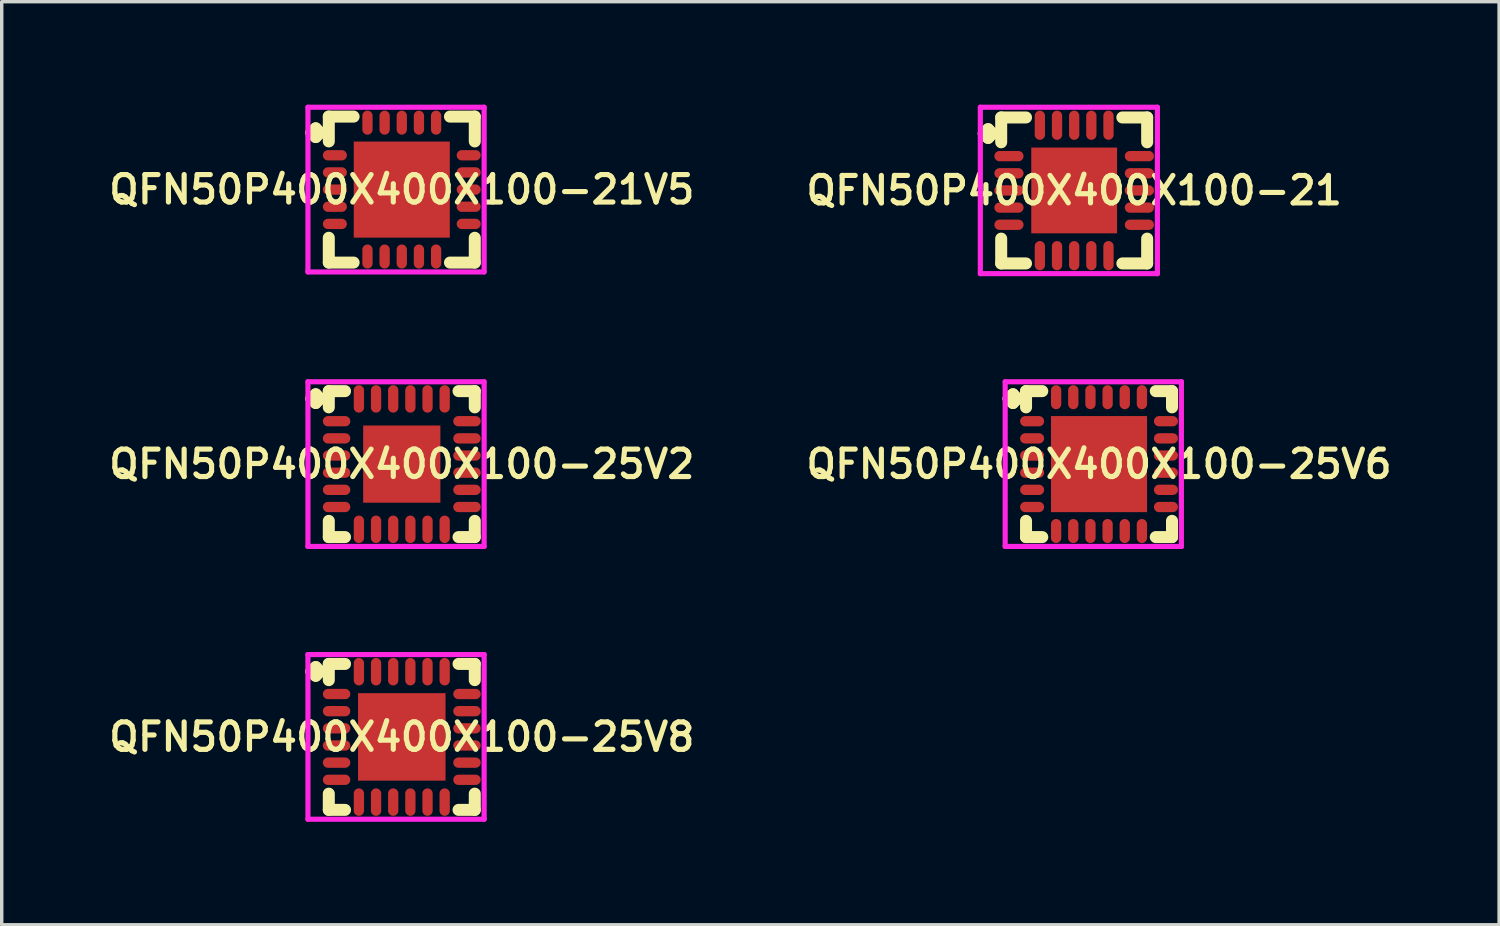
<source format=kicad_pcb>
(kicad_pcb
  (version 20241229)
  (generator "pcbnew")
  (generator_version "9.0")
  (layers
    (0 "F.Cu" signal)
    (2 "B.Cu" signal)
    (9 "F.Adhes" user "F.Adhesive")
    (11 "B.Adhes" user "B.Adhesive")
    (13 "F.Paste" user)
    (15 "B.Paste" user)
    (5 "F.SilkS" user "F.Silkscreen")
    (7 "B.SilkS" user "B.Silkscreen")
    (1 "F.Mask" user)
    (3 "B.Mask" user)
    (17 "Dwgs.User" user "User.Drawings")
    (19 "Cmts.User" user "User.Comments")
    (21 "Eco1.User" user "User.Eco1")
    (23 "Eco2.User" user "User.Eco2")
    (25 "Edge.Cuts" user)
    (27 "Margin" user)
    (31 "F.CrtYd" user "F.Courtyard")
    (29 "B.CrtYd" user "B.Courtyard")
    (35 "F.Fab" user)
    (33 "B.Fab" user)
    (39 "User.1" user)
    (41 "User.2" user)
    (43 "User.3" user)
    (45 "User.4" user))
  (footprint "QFN50P400X400X100-25V6"
    (layer "F.Cu")
    (at 28.978 10.475)
    (property "Reference" "QFN50P400X400X100-25V6" (at 0 0 0) (layer "F.SilkS") (effects (font (size 0.8 0.8) (thickness 0.15))))
    (attr smd)
    (fp_line (start -2.635 -1.908) (end -2.508 -2.035) (stroke (width 0.35) (type solid)) (layer "F.SilkS"))
    (fp_line (start -2.508 -2.035) (end -2.381 -1.908) (stroke (width 0.35) (type solid)) (layer "F.SilkS"))
    (fp_line (start -2.508 -1.781) (end -2.635 -1.908) (stroke (width 0.35) (type solid)) (layer "F.SilkS"))
    (fp_line (start -2.381 -1.908) (end -2.508 -1.781) (stroke (width 0.35) (type solid)) (layer "F.SilkS"))
    (fp_line (start -2.127 -2.127) (end -1.654 -2.127) (stroke (width 0.35) (type solid)) (layer "F.SilkS"))
    (fp_line (start -2.127 -1.654) (end -2.127 -2.127) (stroke (width 0.35) (type solid)) (layer "F.SilkS"))
    (fp_line (start -2.127 1.654) (end -2.127 2.127) (stroke (width 0.35) (type solid)) (layer "F.SilkS"))
    (fp_line (start -2.127 2.127) (end -1.654 2.127) (stroke (width 0.35) (type solid)) (layer "F.SilkS"))
    (fp_line (start 1.654 -2.127) (end 2.127 -2.127) (stroke (width 0.35) (type solid)) (layer "F.SilkS"))
    (fp_line (start 1.654 2.127) (end 2.127 2.127) (stroke (width 0.35) (type solid)) (layer "F.SilkS"))
    (fp_line (start 2.127 -2.127) (end 2.127 -1.654) (stroke (width 0.35) (type solid)) (layer "F.SilkS"))
    (fp_line (start 2.127 2.127) (end 2.127 1.654) (stroke (width 0.35) (type solid)) (layer "F.SilkS"))
    (fp_line (start -2.735 -2.4) (end 2.4 -2.4) (stroke (width 0.15) (type solid)) (layer "F.CrtYd"))
    (fp_line (start -2.735 2.4) (end -2.735 -2.4) (stroke (width 0.15) (type solid)) (layer "F.CrtYd"))
    (fp_line (start 2.4 -2.4) (end 2.4 2.4) (stroke (width 0.15) (type solid)) (layer "F.CrtYd"))
    (fp_line (start 2.4 2.4) (end -2.735 2.4) (stroke (width 0.15) (type solid)) (layer "F.CrtYd"))
    (pad "1" smd oval (at -1.95 -1.25) (size 0.7 0.3) (layers "F.Cu" "F.Mask" "F.Paste"))
    (pad "2" smd oval (at -1.95 -0.75) (size 0.7 0.3) (layers "F.Cu" "F.Mask" "F.Paste"))
    (pad "3" smd oval (at -1.95 -0.25) (size 0.7 0.3) (layers "F.Cu" "F.Mask" "F.Paste"))
    (pad "4" smd oval (at -1.95 0.25) (size 0.7 0.3) (layers "F.Cu" "F.Mask" "F.Paste"))
    (pad "5" smd oval (at -1.95 0.75) (size 0.7 0.3) (layers "F.Cu" "F.Mask" "F.Paste"))
    (pad "6" smd oval (at -1.95 1.25) (size 0.7 0.3) (layers "F.Cu" "F.Mask" "F.Paste"))
    (pad "7" smd oval (at -1.25 1.95) (size 0.3 0.7) (layers "F.Cu" "F.Mask" "F.Paste"))
    (pad "8" smd oval (at -0.75 1.95) (size 0.3 0.7) (layers "F.Cu" "F.Mask" "F.Paste"))
    (pad "9" smd oval (at -0.25 1.95) (size 0.3 0.7) (layers "F.Cu" "F.Mask" "F.Paste"))
    (pad "10" smd oval (at 0.25 1.95) (size 0.3 0.7) (layers "F.Cu" "F.Mask" "F.Paste"))
    (pad "11" smd oval (at 0.75 1.95) (size 0.3 0.7) (layers "F.Cu" "F.Mask" "F.Paste"))
    (pad "12" smd oval (at 1.25 1.95) (size 0.3 0.7) (layers "F.Cu" "F.Mask" "F.Paste"))
    (pad "13" smd oval (at 1.95 1.25) (size 0.7 0.3) (layers "F.Cu" "F.Mask" "F.Paste"))
    (pad "14" smd oval (at 1.95 0.75) (size 0.7 0.3) (layers "F.Cu" "F.Mask" "F.Paste"))
    (pad "15" smd oval (at 1.95 0.25) (size 0.7 0.3) (layers "F.Cu" "F.Mask" "F.Paste"))
    (pad "16" smd oval (at 1.95 -0.25) (size 0.7 0.3) (layers "F.Cu" "F.Mask" "F.Paste"))
    (pad "17" smd oval (at 1.95 -0.75) (size 0.7 0.3) (layers "F.Cu" "F.Mask" "F.Paste"))
    (pad "18" smd oval (at 1.95 -1.25) (size 0.7 0.3) (layers "F.Cu" "F.Mask" "F.Paste"))
    (pad "19" smd oval (at 1.25 -1.95) (size 0.3 0.7) (layers "F.Cu" "F.Mask" "F.Paste"))
    (pad "20" smd oval (at 0.75 -1.95) (size 0.3 0.7) (layers "F.Cu" "F.Mask" "F.Paste"))
    (pad "21" smd oval (at 0.25 -1.95) (size 0.3 0.7) (layers "F.Cu" "F.Mask" "F.Paste"))
    (pad "22" smd oval (at -0.25 -1.95) (size 0.3 0.7) (layers "F.Cu" "F.Mask" "F.Paste"))
    (pad "23" smd oval (at -0.75 -1.95) (size 0.3 0.7) (layers "F.Cu" "F.Mask" "F.Paste"))
    (pad "24" smd oval (at -1.25 -1.95) (size 0.3 0.7) (layers "F.Cu" "F.Mask" "F.Paste"))
    (pad "25" smd rect (at 0 0) (size 2.8 2.8) (layers "F.Cu" "F.Mask" "F.Paste")))
  (footprint "QFN50P400X400X100-21"
    (layer "F.Cu")
    (at 28.254 2.5)
    (property "Reference" "QFN50P400X400X100-21" (at 0 0 0) (layer "F.SilkS") (effects (font (size 0.8 0.8) (thickness 0.15))))
    (attr through_hole)
    (fp_line (start -2.635 -1.658) (end -2.508 -1.785) (stroke (width 0.35) (type solid)) (layer "F.SilkS"))
    (fp_line (start -2.508 -1.785) (end -2.381 -1.658) (stroke (width 0.35) (type solid)) (layer "F.SilkS"))
    (fp_line (start -2.508 -1.531) (end -2.635 -1.658) (stroke (width 0.35) (type solid)) (layer "F.SilkS"))
    (fp_line (start -2.381 -1.658) (end -2.508 -1.531) (stroke (width 0.35) (type solid)) (layer "F.SilkS"))
    (fp_line (start -2.127 -2.127) (end -1.404 -2.127) (stroke (width 0.35) (type solid)) (layer "F.SilkS"))
    (fp_line (start -2.127 -1.404) (end -2.127 -2.127) (stroke (width 0.35) (type solid)) (layer "F.SilkS"))
    (fp_line (start -2.127 1.404) (end -2.127 2.127) (stroke (width 0.35) (type solid)) (layer "F.SilkS"))
    (fp_line (start -2.127 2.127) (end -1.404 2.127) (stroke (width 0.35) (type solid)) (layer "F.SilkS"))
    (fp_line (start 1.404 -2.127) (end 2.127 -2.127) (stroke (width 0.35) (type solid)) (layer "F.SilkS"))
    (fp_line (start 1.404 2.127) (end 2.127 2.127) (stroke (width 0.35) (type solid)) (layer "F.SilkS"))
    (fp_line (start 2.127 -2.127) (end 2.127 -1.404) (stroke (width 0.35) (type solid)) (layer "F.SilkS"))
    (fp_line (start 2.127 2.127) (end 2.127 1.404) (stroke (width 0.35) (type solid)) (layer "F.SilkS"))
    (fp_line (start -2.735 -2.425) (end 2.425 -2.425) (stroke (width 0.15) (type solid)) (layer "F.CrtYd"))
    (fp_line (start -2.735 2.425) (end -2.735 -2.425) (stroke (width 0.15) (type solid)) (layer "F.CrtYd"))
    (fp_line (start 2.425 -2.425) (end 2.425 2.425) (stroke (width 0.15) (type solid)) (layer "F.CrtYd"))
    (fp_line (start 2.425 2.425) (end -2.735 2.425) (stroke (width 0.15) (type solid)) (layer "F.CrtYd"))
    (pad "1" smd oval (at -1.9 -1) (size 0.85 0.3) (layers "F.Cu" "F.Mask" "F.Paste"))
    (pad "2" smd oval (at -1.9 -0.5) (size 0.85 0.3) (layers "F.Cu" "F.Mask" "F.Paste"))
    (pad "3" smd oval (at -1.9 0) (size 0.85 0.3) (layers "F.Cu" "F.Mask" "F.Paste"))
    (pad "4" smd oval (at -1.9 0.5) (size 0.85 0.3) (layers "F.Cu" "F.Mask" "F.Paste"))
    (pad "5" smd oval (at -1.9 1) (size 0.85 0.3) (layers "F.Cu" "F.Mask" "F.Paste"))
    (pad "6" smd oval (at -1 1.9) (size 0.3 0.85) (layers "F.Cu" "F.Mask" "F.Paste"))
    (pad "7" smd oval (at -0.5 1.9) (size 0.3 0.85) (layers "F.Cu" "F.Mask" "F.Paste"))
    (pad "8" smd oval (at 0 1.9) (size 0.3 0.85) (layers "F.Cu" "F.Mask" "F.Paste"))
    (pad "9" smd oval (at 0.5 1.9) (size 0.3 0.85) (layers "F.Cu" "F.Mask" "F.Paste"))
    (pad "10" smd oval (at 1 1.9) (size 0.3 0.85) (layers "F.Cu" "F.Mask" "F.Paste"))
    (pad "11" smd oval (at 1.9 1) (size 0.85 0.3) (layers "F.Cu" "F.Mask" "F.Paste"))
    (pad "12" smd oval (at 1.9 0.5) (size 0.85 0.3) (layers "F.Cu" "F.Mask" "F.Paste"))
    (pad "13" smd oval (at 1.9 0) (size 0.85 0.3) (layers "F.Cu" "F.Mask" "F.Paste"))
    (pad "14" smd oval (at 1.9 -0.5) (size 0.85 0.3) (layers "F.Cu" "F.Mask" "F.Paste"))
    (pad "15" smd oval (at 1.9 -1) (size 0.85 0.3) (layers "F.Cu" "F.Mask" "F.Paste"))
    (pad "16" smd oval (at 1 -1.9) (size 0.3 0.85) (layers "F.Cu" "F.Mask" "F.Paste"))
    (pad "17" smd oval (at 0.5 -1.9) (size 0.3 0.85) (layers "F.Cu" "F.Mask" "F.Paste"))
    (pad "18" smd oval (at 0 -1.9) (size 0.3 0.85) (layers "F.Cu" "F.Mask" "F.Paste"))
    (pad "19" smd oval (at -0.5 -1.9) (size 0.3 0.85) (layers "F.Cu" "F.Mask" "F.Paste"))
    (pad "20" smd oval (at -1 -1.9) (size 0.3 0.85) (layers "F.Cu" "F.Mask" "F.Paste"))
    (pad "21" smd rect (at 0 0) (size 2.5 2.5) (layers "F.Cu" "F.Mask" "F.Paste")))
  (footprint "QFN50P400X400X100-25V2"
    (layer "F.Cu")
    (at 8.659 10.475)
    (property "Reference" "QFN50P400X400X100-25V2" (at 0 0 0) (layer "F.SilkS") (effects (font (size 0.8 0.8) (thickness 0.15))))
    (attr smd)
    (fp_line (start -2.635 -1.908) (end -2.508 -2.035) (stroke (width 0.35) (type solid)) (layer "F.SilkS"))
    (fp_line (start -2.508 -2.035) (end -2.381 -1.908) (stroke (width 0.35) (type solid)) (layer "F.SilkS"))
    (fp_line (start -2.508 -1.781) (end -2.635 -1.908) (stroke (width 0.35) (type solid)) (layer "F.SilkS"))
    (fp_line (start -2.381 -1.908) (end -2.508 -1.781) (stroke (width 0.35) (type solid)) (layer "F.SilkS"))
    (fp_line (start -2.127 -2.127) (end -1.654 -2.127) (stroke (width 0.35) (type solid)) (layer "F.SilkS"))
    (fp_line (start -2.127 -1.654) (end -2.127 -2.127) (stroke (width 0.35) (type solid)) (layer "F.SilkS"))
    (fp_line (start -2.127 1.654) (end -2.127 2.127) (stroke (width 0.35) (type solid)) (layer "F.SilkS"))
    (fp_line (start -2.127 2.127) (end -1.654 2.127) (stroke (width 0.35) (type solid)) (layer "F.SilkS"))
    (fp_line (start 1.654 -2.127) (end 2.127 -2.127) (stroke (width 0.35) (type solid)) (layer "F.SilkS"))
    (fp_line (start 1.654 2.127) (end 2.127 2.127) (stroke (width 0.35) (type solid)) (layer "F.SilkS"))
    (fp_line (start 2.127 -2.127) (end 2.127 -1.654) (stroke (width 0.35) (type solid)) (layer "F.SilkS"))
    (fp_line (start 2.127 2.127) (end 2.127 1.654) (stroke (width 0.35) (type solid)) (layer "F.SilkS"))
    (fp_line (start -2.735 -2.4) (end 2.4 -2.4) (stroke (width 0.15) (type solid)) (layer "F.CrtYd"))
    (fp_line (start -2.735 2.4) (end -2.735 -2.4) (stroke (width 0.15) (type solid)) (layer "F.CrtYd"))
    (fp_line (start 2.4 -2.4) (end 2.4 2.4) (stroke (width 0.15) (type solid)) (layer "F.CrtYd"))
    (fp_line (start 2.4 2.4) (end -2.735 2.4) (stroke (width 0.15) (type solid)) (layer "F.CrtYd"))
    (pad "1" smd oval (at -1.9 -1.25) (size 0.8 0.3) (layers "F.Cu" "F.Mask" "F.Paste"))
    (pad "2" smd oval (at -1.9 -0.75) (size 0.8 0.3) (layers "F.Cu" "F.Mask" "F.Paste"))
    (pad "3" smd oval (at -1.9 -0.25) (size 0.8 0.3) (layers "F.Cu" "F.Mask" "F.Paste"))
    (pad "4" smd oval (at -1.9 0.25) (size 0.8 0.3) (layers "F.Cu" "F.Mask" "F.Paste"))
    (pad "5" smd oval (at -1.9 0.75) (size 0.8 0.3) (layers "F.Cu" "F.Mask" "F.Paste"))
    (pad "6" smd oval (at -1.9 1.25) (size 0.8 0.3) (layers "F.Cu" "F.Mask" "F.Paste"))
    (pad "7" smd oval (at -1.25 1.9) (size 0.3 0.8) (layers "F.Cu" "F.Mask" "F.Paste"))
    (pad "8" smd oval (at -0.75 1.9) (size 0.3 0.8) (layers "F.Cu" "F.Mask" "F.Paste"))
    (pad "9" smd oval (at -0.25 1.9) (size 0.3 0.8) (layers "F.Cu" "F.Mask" "F.Paste"))
    (pad "10" smd oval (at 0.25 1.9) (size 0.3 0.8) (layers "F.Cu" "F.Mask" "F.Paste"))
    (pad "11" smd oval (at 0.75 1.9) (size 0.3 0.8) (layers "F.Cu" "F.Mask" "F.Paste"))
    (pad "12" smd oval (at 1.25 1.9) (size 0.3 0.8) (layers "F.Cu" "F.Mask" "F.Paste"))
    (pad "13" smd oval (at 1.9 1.25) (size 0.8 0.3) (layers "F.Cu" "F.Mask" "F.Paste"))
    (pad "14" smd oval (at 1.9 0.75) (size 0.8 0.3) (layers "F.Cu" "F.Mask" "F.Paste"))
    (pad "15" smd oval (at 1.9 0.25) (size 0.8 0.3) (layers "F.Cu" "F.Mask" "F.Paste"))
    (pad "16" smd oval (at 1.9 -0.25) (size 0.8 0.3) (layers "F.Cu" "F.Mask" "F.Paste"))
    (pad "17" smd oval (at 1.9 -0.75) (size 0.8 0.3) (layers "F.Cu" "F.Mask" "F.Paste"))
    (pad "18" smd oval (at 1.9 -1.25) (size 0.8 0.3) (layers "F.Cu" "F.Mask" "F.Paste"))
    (pad "19" smd oval (at 1.25 -1.9) (size 0.3 0.8) (layers "F.Cu" "F.Mask" "F.Paste"))
    (pad "20" smd oval (at 0.75 -1.9) (size 0.3 0.8) (layers "F.Cu" "F.Mask" "F.Paste"))
    (pad "21" smd oval (at 0.25 -1.9) (size 0.3 0.8) (layers "F.Cu" "F.Mask" "F.Paste"))
    (pad "22" smd oval (at -0.25 -1.9) (size 0.3 0.8) (layers "F.Cu" "F.Mask" "F.Paste"))
    (pad "23" smd oval (at -0.75 -1.9) (size 0.3 0.8) (layers "F.Cu" "F.Mask" "F.Paste"))
    (pad "24" smd oval (at -1.25 -1.9) (size 0.3 0.8) (layers "F.Cu" "F.Mask" "F.Paste"))
    (pad "25" smd rect (at 0 0) (size 2.25 2.25) (layers "F.Cu" "F.Mask" "F.Paste")))
  (footprint "QFN50P400X400X100-25V8"
    (layer "F.Cu")
    (at 8.659 18.425)
    (property "Reference" "QFN50P400X400X100-25V8" (at 0 0 0) (layer "F.SilkS") (effects (font (size 0.8 0.8) (thickness 0.15))))
    (attr smd)
    (fp_line (start -2.635 -1.908) (end -2.508 -2.035) (stroke (width 0.35) (type solid)) (layer "F.SilkS"))
    (fp_line (start -2.508 -2.035) (end -2.381 -1.908) (stroke (width 0.35) (type solid)) (layer "F.SilkS"))
    (fp_line (start -2.508 -1.781) (end -2.635 -1.908) (stroke (width 0.35) (type solid)) (layer "F.SilkS"))
    (fp_line (start -2.381 -1.908) (end -2.508 -1.781) (stroke (width 0.35) (type solid)) (layer "F.SilkS"))
    (fp_line (start -2.127 -2.127) (end -1.654 -2.127) (stroke (width 0.35) (type solid)) (layer "F.SilkS"))
    (fp_line (start -2.127 -1.654) (end -2.127 -2.127) (stroke (width 0.35) (type solid)) (layer "F.SilkS"))
    (fp_line (start -2.127 1.654) (end -2.127 2.127) (stroke (width 0.35) (type solid)) (layer "F.SilkS"))
    (fp_line (start -2.127 2.127) (end -1.654 2.127) (stroke (width 0.35) (type solid)) (layer "F.SilkS"))
    (fp_line (start 1.654 -2.127) (end 2.127 -2.127) (stroke (width 0.35) (type solid)) (layer "F.SilkS"))
    (fp_line (start 1.654 2.127) (end 2.127 2.127) (stroke (width 0.35) (type solid)) (layer "F.SilkS"))
    (fp_line (start 2.127 -2.127) (end 2.127 -1.654) (stroke (width 0.35) (type solid)) (layer "F.SilkS"))
    (fp_line (start 2.127 2.127) (end 2.127 1.654) (stroke (width 0.35) (type solid)) (layer "F.SilkS"))
    (fp_line (start -2.735 -2.4) (end 2.4 -2.4) (stroke (width 0.15) (type solid)) (layer "F.CrtYd"))
    (fp_line (start -2.735 2.4) (end -2.735 -2.4) (stroke (width 0.15) (type solid)) (layer "F.CrtYd"))
    (fp_line (start 2.4 -2.4) (end 2.4 2.4) (stroke (width 0.15) (type solid)) (layer "F.CrtYd"))
    (fp_line (start 2.4 2.4) (end -2.735 2.4) (stroke (width 0.15) (type solid)) (layer "F.CrtYd"))
    (pad "1" smd oval (at -1.9 -1.25) (size 0.8 0.3) (layers "F.Cu" "F.Mask" "F.Paste"))
    (pad "2" smd oval (at -1.9 -0.75) (size 0.8 0.3) (layers "F.Cu" "F.Mask" "F.Paste"))
    (pad "3" smd oval (at -1.9 -0.25) (size 0.8 0.3) (layers "F.Cu" "F.Mask" "F.Paste"))
    (pad "4" smd oval (at -1.9 0.25) (size 0.8 0.3) (layers "F.Cu" "F.Mask" "F.Paste"))
    (pad "5" smd oval (at -1.9 0.75) (size 0.8 0.3) (layers "F.Cu" "F.Mask" "F.Paste"))
    (pad "6" smd oval (at -1.9 1.25) (size 0.8 0.3) (layers "F.Cu" "F.Mask" "F.Paste"))
    (pad "7" smd oval (at -1.25 1.9) (size 0.3 0.8) (layers "F.Cu" "F.Mask" "F.Paste"))
    (pad "8" smd oval (at -0.75 1.9) (size 0.3 0.8) (layers "F.Cu" "F.Mask" "F.Paste"))
    (pad "9" smd oval (at -0.25 1.9) (size 0.3 0.8) (layers "F.Cu" "F.Mask" "F.Paste"))
    (pad "10" smd oval (at 0.25 1.9) (size 0.3 0.8) (layers "F.Cu" "F.Mask" "F.Paste"))
    (pad "11" smd oval (at 0.75 1.9) (size 0.3 0.8) (layers "F.Cu" "F.Mask" "F.Paste"))
    (pad "12" smd oval (at 1.25 1.9) (size 0.3 0.8) (layers "F.Cu" "F.Mask" "F.Paste"))
    (pad "13" smd oval (at 1.9 1.25) (size 0.8 0.3) (layers "F.Cu" "F.Mask" "F.Paste"))
    (pad "14" smd oval (at 1.9 0.75) (size 0.8 0.3) (layers "F.Cu" "F.Mask" "F.Paste"))
    (pad "15" smd oval (at 1.9 0.25) (size 0.8 0.3) (layers "F.Cu" "F.Mask" "F.Paste"))
    (pad "16" smd oval (at 1.9 -0.25) (size 0.8 0.3) (layers "F.Cu" "F.Mask" "F.Paste"))
    (pad "17" smd oval (at 1.9 -0.75) (size 0.8 0.3) (layers "F.Cu" "F.Mask" "F.Paste"))
    (pad "18" smd oval (at 1.9 -1.25) (size 0.8 0.3) (layers "F.Cu" "F.Mask" "F.Paste"))
    (pad "19" smd oval (at 1.25 -1.9) (size 0.3 0.8) (layers "F.Cu" "F.Mask" "F.Paste"))
    (pad "20" smd oval (at 0.75 -1.9) (size 0.3 0.8) (layers "F.Cu" "F.Mask" "F.Paste"))
    (pad "21" smd oval (at 0.25 -1.9) (size 0.3 0.8) (layers "F.Cu" "F.Mask" "F.Paste"))
    (pad "22" smd oval (at -0.25 -1.9) (size 0.3 0.8) (layers "F.Cu" "F.Mask" "F.Paste"))
    (pad "23" smd oval (at -0.75 -1.9) (size 0.3 0.8) (layers "F.Cu" "F.Mask" "F.Paste"))
    (pad "24" smd oval (at -1.25 -1.9) (size 0.3 0.8) (layers "F.Cu" "F.Mask" "F.Paste"))
    (pad "25" smd rect (at 0 0) (size 2.55 2.55) (layers "F.Cu" "F.Mask" "F.Paste")))
  (footprint "QFN50P400X400X100-21V5"
    (layer "F.Cu")
    (at 8.659 2.475)
    (property "Reference" "QFN50P400X400X100-21V5" (at 0 0 0) (layer "F.SilkS") (effects (font (size 0.8 0.8) (thickness 0.15))))
    (attr through_hole)
    (fp_line (start -2.635 -1.658) (end -2.508 -1.785) (stroke (width 0.35) (type solid)) (layer "F.SilkS"))
    (fp_line (start -2.508 -1.785) (end -2.381 -1.658) (stroke (width 0.35) (type solid)) (layer "F.SilkS"))
    (fp_line (start -2.508 -1.531) (end -2.635 -1.658) (stroke (width 0.35) (type solid)) (layer "F.SilkS"))
    (fp_line (start -2.381 -1.658) (end -2.508 -1.531) (stroke (width 0.35) (type solid)) (layer "F.SilkS"))
    (fp_line (start -2.127 -2.127) (end -1.404 -2.127) (stroke (width 0.35) (type solid)) (layer "F.SilkS"))
    (fp_line (start -2.127 -1.404) (end -2.127 -2.127) (stroke (width 0.35) (type solid)) (layer "F.SilkS"))
    (fp_line (start -2.127 1.404) (end -2.127 2.127) (stroke (width 0.35) (type solid)) (layer "F.SilkS"))
    (fp_line (start -2.127 2.127) (end -1.404 2.127) (stroke (width 0.35) (type solid)) (layer "F.SilkS"))
    (fp_line (start 1.404 -2.127) (end 2.127 -2.127) (stroke (width 0.35) (type solid)) (layer "F.SilkS"))
    (fp_line (start 1.404 2.127) (end 2.127 2.127) (stroke (width 0.35) (type solid)) (layer "F.SilkS"))
    (fp_line (start 2.127 -2.127) (end 2.127 -1.404) (stroke (width 0.35) (type solid)) (layer "F.SilkS"))
    (fp_line (start 2.127 2.127) (end 2.127 1.404) (stroke (width 0.35) (type solid)) (layer "F.SilkS"))
    (fp_line (start -2.735 -2.4) (end 2.4 -2.4) (stroke (width 0.15) (type solid)) (layer "F.CrtYd"))
    (fp_line (start -2.735 2.4) (end -2.735 -2.4) (stroke (width 0.15) (type solid)) (layer "F.CrtYd"))
    (fp_line (start 2.4 -2.4) (end 2.4 2.4) (stroke (width 0.15) (type solid)) (layer "F.CrtYd"))
    (fp_line (start 2.4 2.4) (end -2.735 2.4) (stroke (width 0.15) (type solid)) (layer "F.CrtYd"))
    (pad "1" smd oval (at -1.95 -1) (size 0.7 0.3) (layers "F.Cu" "F.Mask" "F.Paste"))
    (pad "2" smd oval (at -1.95 -0.5) (size 0.7 0.3) (layers "F.Cu" "F.Mask" "F.Paste"))
    (pad "3" smd oval (at -1.95 0) (size 0.7 0.3) (layers "F.Cu" "F.Mask" "F.Paste"))
    (pad "4" smd oval (at -1.95 0.5) (size 0.7 0.3) (layers "F.Cu" "F.Mask" "F.Paste"))
    (pad "5" smd oval (at -1.95 1) (size 0.7 0.3) (layers "F.Cu" "F.Mask" "F.Paste"))
    (pad "6" smd oval (at -1 1.95) (size 0.3 0.7) (layers "F.Cu" "F.Mask" "F.Paste"))
    (pad "7" smd oval (at -0.5 1.95) (size 0.3 0.7) (layers "F.Cu" "F.Mask" "F.Paste"))
    (pad "8" smd oval (at 0 1.95) (size 0.3 0.7) (layers "F.Cu" "F.Mask" "F.Paste"))
    (pad "9" smd oval (at 0.5 1.95) (size 0.3 0.7) (layers "F.Cu" "F.Mask" "F.Paste"))
    (pad "10" smd oval (at 1 1.95) (size 0.3 0.7) (layers "F.Cu" "F.Mask" "F.Paste"))
    (pad "11" smd oval (at 1.95 1) (size 0.7 0.3) (layers "F.Cu" "F.Mask" "F.Paste"))
    (pad "12" smd oval (at 1.95 0.5) (size 0.7 0.3) (layers "F.Cu" "F.Mask" "F.Paste"))
    (pad "13" smd oval (at 1.95 0) (size 0.7 0.3) (layers "F.Cu" "F.Mask" "F.Paste"))
    (pad "14" smd oval (at 1.95 -0.5) (size 0.7 0.3) (layers "F.Cu" "F.Mask" "F.Paste"))
    (pad "15" smd oval (at 1.95 -1) (size 0.7 0.3) (layers "F.Cu" "F.Mask" "F.Paste"))
    (pad "16" smd oval (at 1 -1.95) (size 0.3 0.7) (layers "F.Cu" "F.Mask" "F.Paste"))
    (pad "17" smd oval (at 0.5 -1.95) (size 0.3 0.7) (layers "F.Cu" "F.Mask" "F.Paste"))
    (pad "18" smd oval (at 0 -1.95) (size 0.3 0.7) (layers "F.Cu" "F.Mask" "F.Paste"))
    (pad "19" smd oval (at -0.5 -1.95) (size 0.3 0.7) (layers "F.Cu" "F.Mask" "F.Paste"))
    (pad "20" smd oval (at -1 -1.95) (size 0.3 0.7) (layers "F.Cu" "F.Mask" "F.Paste"))
    (pad "21" smd rect (at 0 0) (size 2.8 2.8) (layers "F.Cu" "F.Mask" "F.Paste")))
  (gr_rect
    (start -3 -3)
    (end 40.637 23.9)
    (stroke (width 0.1) (type default))
    (fill no)
    (layer "Edge.Cuts")))
</source>
